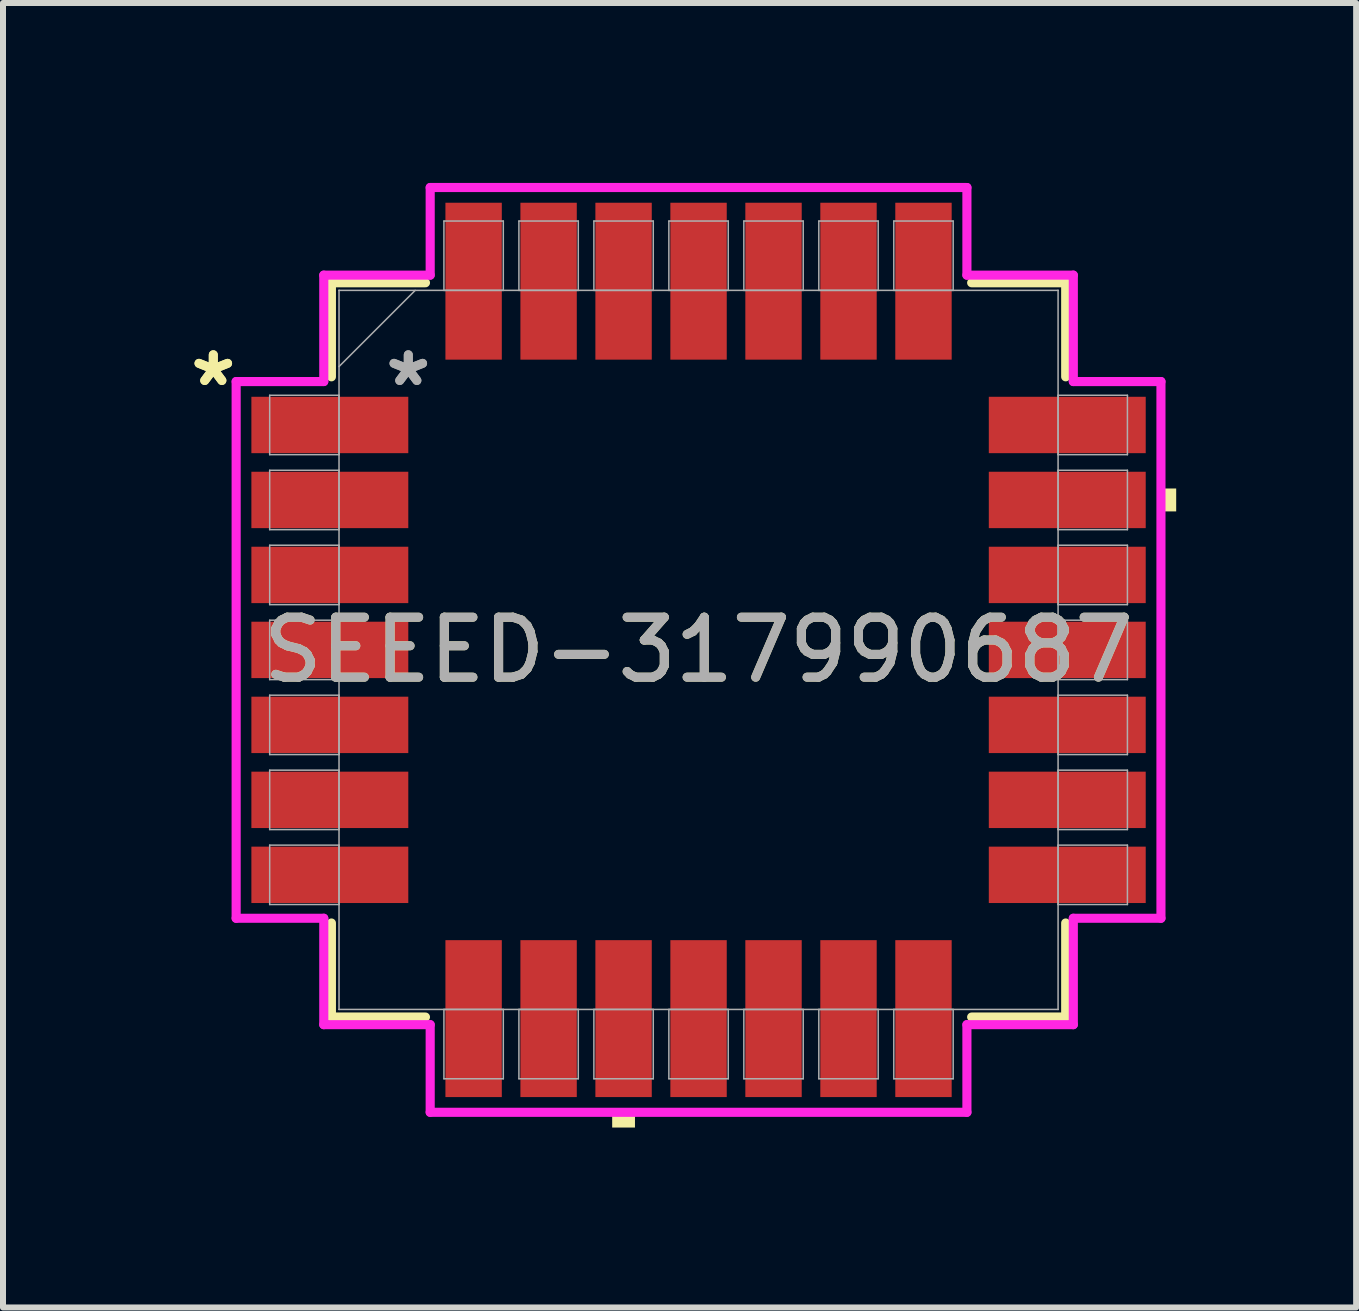
<source format=kicad_pcb>
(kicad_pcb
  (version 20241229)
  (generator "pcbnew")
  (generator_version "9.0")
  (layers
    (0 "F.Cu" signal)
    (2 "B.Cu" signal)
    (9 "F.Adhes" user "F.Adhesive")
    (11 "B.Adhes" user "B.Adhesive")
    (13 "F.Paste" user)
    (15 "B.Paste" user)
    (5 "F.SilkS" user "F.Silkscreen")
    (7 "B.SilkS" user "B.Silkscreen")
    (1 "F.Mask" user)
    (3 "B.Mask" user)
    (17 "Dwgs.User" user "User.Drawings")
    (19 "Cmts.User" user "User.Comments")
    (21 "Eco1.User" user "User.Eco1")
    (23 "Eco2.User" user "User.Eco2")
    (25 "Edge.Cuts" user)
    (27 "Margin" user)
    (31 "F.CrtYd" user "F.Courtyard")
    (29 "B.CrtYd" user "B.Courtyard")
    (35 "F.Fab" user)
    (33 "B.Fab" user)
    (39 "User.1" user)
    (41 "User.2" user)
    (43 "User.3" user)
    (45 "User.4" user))
  (footprint "SEEED-317990687"
    (layer "F.Cu")
    (at 8.596 7.785)
    (property "Reference" "SEEED-317990687" (at 0 0 0) (unlocked yes) (layer "F.SilkS") (effects (font (size 1 1) (thickness 0.15))))
    (attr smd)
    (fp_line (start -6.121 -6.121) (end -6.121 -4.553) (stroke (width 0.152) (type solid)) (layer "F.SilkS"))
    (fp_line (start -6.121 4.553) (end -6.121 6.121) (stroke (width 0.152) (type solid)) (layer "F.SilkS"))
    (fp_line (start -6.121 6.121) (end -4.553 6.121) (stroke (width 0.152) (type solid)) (layer "F.SilkS"))
    (fp_line (start -4.553 -6.121) (end -6.121 -6.121) (stroke (width 0.152) (type solid)) (layer "F.SilkS"))
    (fp_line (start 4.553 6.121) (end 6.121 6.121) (stroke (width 0.152) (type solid)) (layer "F.SilkS"))
    (fp_line (start 6.121 -6.121) (end 4.553 -6.121) (stroke (width 0.152) (type solid)) (layer "F.SilkS"))
    (fp_line (start 6.121 -4.553) (end 6.121 -6.121) (stroke (width 0.152) (type solid)) (layer "F.SilkS"))
    (fp_line (start 6.121 6.121) (end 6.121 4.553) (stroke (width 0.152) (type solid)) (layer "F.SilkS"))
    (fp_poly (pts (xy -1.44 7.709) (xy -1.44 7.963) (xy -1.06 7.963) (xy -1.06 7.709)) (stroke (width 0) (type solid)) (fill yes) (layer "F.SilkS"))
    (fp_poly (pts (xy 7.963 -2.691) (xy 7.963 -2.309) (xy 7.709 -2.309) (xy 7.709 -2.691)) (stroke (width 0) (type solid)) (fill yes) (layer "F.SilkS"))
    (fp_line (start -7.709 -4.474) (end -6.248 -4.474) (stroke (width 0.152) (type solid)) (layer "F.CrtYd"))
    (fp_line (start -7.709 4.474) (end -7.709 -4.474) (stroke (width 0.152) (type solid)) (layer "F.CrtYd"))
    (fp_line (start -6.248 -6.248) (end -4.474 -6.248) (stroke (width 0.152) (type solid)) (layer "F.CrtYd"))
    (fp_line (start -6.248 -4.474) (end -6.248 -6.248) (stroke (width 0.152) (type solid)) (layer "F.CrtYd"))
    (fp_line (start -6.248 4.474) (end -7.709 4.474) (stroke (width 0.152) (type solid)) (layer "F.CrtYd"))
    (fp_line (start -6.248 6.248) (end -6.248 4.474) (stroke (width 0.152) (type solid)) (layer "F.CrtYd"))
    (fp_line (start -4.474 -7.709) (end 4.474 -7.709) (stroke (width 0.152) (type solid)) (layer "F.CrtYd"))
    (fp_line (start -4.474 -6.248) (end -4.474 -7.709) (stroke (width 0.152) (type solid)) (layer "F.CrtYd"))
    (fp_line (start -4.474 6.248) (end -6.248 6.248) (stroke (width 0.152) (type solid)) (layer "F.CrtYd"))
    (fp_line (start -4.474 7.709) (end -4.474 6.248) (stroke (width 0.152) (type solid)) (layer "F.CrtYd"))
    (fp_line (start 4.474 -7.709) (end 4.474 -6.248) (stroke (width 0.152) (type solid)) (layer "F.CrtYd"))
    (fp_line (start 4.474 -6.248) (end 6.248 -6.248) (stroke (width 0.152) (type solid)) (layer "F.CrtYd"))
    (fp_line (start 4.474 6.248) (end 4.474 7.709) (stroke (width 0.152) (type solid)) (layer "F.CrtYd"))
    (fp_line (start 4.474 7.709) (end -4.474 7.709) (stroke (width 0.152) (type solid)) (layer "F.CrtYd"))
    (fp_line (start 6.248 -6.248) (end 6.248 -4.474) (stroke (width 0.152) (type solid)) (layer "F.CrtYd"))
    (fp_line (start 6.248 -4.474) (end 7.709 -4.474) (stroke (width 0.152) (type solid)) (layer "F.CrtYd"))
    (fp_line (start 6.248 4.474) (end 6.248 6.248) (stroke (width 0.152) (type solid)) (layer "F.CrtYd"))
    (fp_line (start 6.248 6.248) (end 4.474 6.248) (stroke (width 0.152) (type solid)) (layer "F.CrtYd"))
    (fp_line (start 7.709 -4.474) (end 7.709 4.474) (stroke (width 0.152) (type solid)) (layer "F.CrtYd"))
    (fp_line (start 7.709 4.474) (end 6.248 4.474) (stroke (width 0.152) (type solid)) (layer "F.CrtYd"))
    (fp_line (start -7.15 -4.245) (end -7.15 -3.255) (stroke (width 0.025) (type solid)) (layer "F.Fab"))
    (fp_line (start -7.15 -3.255) (end -5.994 -3.255) (stroke (width 0.025) (type solid)) (layer "F.Fab"))
    (fp_line (start -7.15 -2.995) (end -7.15 -2.005) (stroke (width 0.025) (type solid)) (layer "F.Fab"))
    (fp_line (start -7.15 -2.005) (end -5.994 -2.005) (stroke (width 0.025) (type solid)) (layer "F.Fab"))
    (fp_line (start -7.15 -1.745) (end -7.15 -0.755) (stroke (width 0.025) (type solid)) (layer "F.Fab"))
    (fp_line (start -7.15 -0.755) (end -5.994 -0.755) (stroke (width 0.025) (type solid)) (layer "F.Fab"))
    (fp_line (start -7.15 -0.495) (end -7.15 0.495) (stroke (width 0.025) (type solid)) (layer "F.Fab"))
    (fp_line (start -7.15 0.495) (end -5.994 0.495) (stroke (width 0.025) (type solid)) (layer "F.Fab"))
    (fp_line (start -7.15 0.755) (end -7.15 1.745) (stroke (width 0.025) (type solid)) (layer "F.Fab"))
    (fp_line (start -7.15 1.745) (end -5.994 1.745) (stroke (width 0.025) (type solid)) (layer "F.Fab"))
    (fp_line (start -7.15 2.005) (end -7.15 2.995) (stroke (width 0.025) (type solid)) (layer "F.Fab"))
    (fp_line (start -7.15 2.995) (end -5.994 2.995) (stroke (width 0.025) (type solid)) (layer "F.Fab"))
    (fp_line (start -7.15 3.255) (end -7.15 4.245) (stroke (width 0.025) (type solid)) (layer "F.Fab"))
    (fp_line (start -7.15 4.245) (end -5.994 4.245) (stroke (width 0.025) (type solid)) (layer "F.Fab"))
    (fp_line (start -5.994 -5.994) (end -5.994 -5.994) (stroke (width 0.025) (type solid)) (layer "F.Fab"))
    (fp_line (start -5.994 -5.994) (end -5.994 5.994) (stroke (width 0.025) (type solid)) (layer "F.Fab"))
    (fp_line (start -5.994 -4.724) (end -4.724 -5.994) (stroke (width 0.025) (type solid)) (layer "F.Fab"))
    (fp_line (start -5.994 -4.245) (end -7.15 -4.245) (stroke (width 0.025) (type solid)) (layer "F.Fab"))
    (fp_line (start -5.994 -3.255) (end -5.994 -4.245) (stroke (width 0.025) (type solid)) (layer "F.Fab"))
    (fp_line (start -5.994 -2.995) (end -7.15 -2.995) (stroke (width 0.025) (type solid)) (layer "F.Fab"))
    (fp_line (start -5.994 -2.005) (end -5.994 -2.995) (stroke (width 0.025) (type solid)) (layer "F.Fab"))
    (fp_line (start -5.994 -1.745) (end -7.15 -1.745) (stroke (width 0.025) (type solid)) (layer "F.Fab"))
    (fp_line (start -5.994 -0.755) (end -5.994 -1.745) (stroke (width 0.025) (type solid)) (layer "F.Fab"))
    (fp_line (start -5.994 -0.495) (end -7.15 -0.495) (stroke (width 0.025) (type solid)) (layer "F.Fab"))
    (fp_line (start -5.994 0.495) (end -5.994 -0.495) (stroke (width 0.025) (type solid)) (layer "F.Fab"))
    (fp_line (start -5.994 0.755) (end -7.15 0.755) (stroke (width 0.025) (type solid)) (layer "F.Fab"))
    (fp_line (start -5.994 1.745) (end -5.994 0.755) (stroke (width 0.025) (type solid)) (layer "F.Fab"))
    (fp_line (start -5.994 2.005) (end -7.15 2.005) (stroke (width 0.025) (type solid)) (layer "F.Fab"))
    (fp_line (start -5.994 2.995) (end -5.994 2.005) (stroke (width 0.025) (type solid)) (layer "F.Fab"))
    (fp_line (start -5.994 3.255) (end -7.15 3.255) (stroke (width 0.025) (type solid)) (layer "F.Fab"))
    (fp_line (start -5.994 4.245) (end -5.994 3.255) (stroke (width 0.025) (type solid)) (layer "F.Fab"))
    (fp_line (start -5.994 5.994) (end -5.994 5.994) (stroke (width 0.025) (type solid)) (layer "F.Fab"))
    (fp_line (start -5.994 5.994) (end 5.994 5.994) (stroke (width 0.025) (type solid)) (layer "F.Fab"))
    (fp_line (start -4.245 -7.15) (end -4.245 -5.994) (stroke (width 0.025) (type solid)) (layer "F.Fab"))
    (fp_line (start -4.245 -5.994) (end -3.255 -5.994) (stroke (width 0.025) (type solid)) (layer "F.Fab"))
    (fp_line (start -4.245 5.994) (end -4.245 7.15) (stroke (width 0.025) (type solid)) (layer "F.Fab"))
    (fp_line (start -4.245 7.15) (end -3.255 7.15) (stroke (width 0.025) (type solid)) (layer "F.Fab"))
    (fp_line (start -3.255 -7.15) (end -4.245 -7.15) (stroke (width 0.025) (type solid)) (layer "F.Fab"))
    (fp_line (start -3.255 -5.994) (end -3.255 -7.15) (stroke (width 0.025) (type solid)) (layer "F.Fab"))
    (fp_line (start -3.255 5.994) (end -4.245 5.994) (stroke (width 0.025) (type solid)) (layer "F.Fab"))
    (fp_line (start -3.255 7.15) (end -3.255 5.994) (stroke (width 0.025) (type solid)) (layer "F.Fab"))
    (fp_line (start -2.995 -7.15) (end -2.995 -5.994) (stroke (width 0.025) (type solid)) (layer "F.Fab"))
    (fp_line (start -2.995 -5.994) (end -2.005 -5.994) (stroke (width 0.025) (type solid)) (layer "F.Fab"))
    (fp_line (start -2.995 5.994) (end -2.995 7.15) (stroke (width 0.025) (type solid)) (layer "F.Fab"))
    (fp_line (start -2.995 7.15) (end -2.005 7.15) (stroke (width 0.025) (type solid)) (layer "F.Fab"))
    (fp_line (start -2.005 -7.15) (end -2.995 -7.15) (stroke (width 0.025) (type solid)) (layer "F.Fab"))
    (fp_line (start -2.005 -5.994) (end -2.005 -7.15) (stroke (width 0.025) (type solid)) (layer "F.Fab"))
    (fp_line (start -2.005 5.994) (end -2.995 5.994) (stroke (width 0.025) (type solid)) (layer "F.Fab"))
    (fp_line (start -2.005 7.15) (end -2.005 5.994) (stroke (width 0.025) (type solid)) (layer "F.Fab"))
    (fp_line (start -1.745 -7.15) (end -1.745 -5.994) (stroke (width 0.025) (type solid)) (layer "F.Fab"))
    (fp_line (start -1.745 -5.994) (end -0.755 -5.994) (stroke (width 0.025) (type solid)) (layer "F.Fab"))
    (fp_line (start -1.745 5.994) (end -1.745 7.15) (stroke (width 0.025) (type solid)) (layer "F.Fab"))
    (fp_line (start -1.745 7.15) (end -0.755 7.15) (stroke (width 0.025) (type solid)) (layer "F.Fab"))
    (fp_line (start -0.755 -7.15) (end -1.745 -7.15) (stroke (width 0.025) (type solid)) (layer "F.Fab"))
    (fp_line (start -0.755 -5.994) (end -0.755 -7.15) (stroke (width 0.025) (type solid)) (layer "F.Fab"))
    (fp_line (start -0.755 5.994) (end -1.745 5.994) (stroke (width 0.025) (type solid)) (layer "F.Fab"))
    (fp_line (start -0.755 7.15) (end -0.755 5.994) (stroke (width 0.025) (type solid)) (layer "F.Fab"))
    (fp_line (start -0.495 -7.15) (end -0.495 -5.994) (stroke (width 0.025) (type solid)) (layer "F.Fab"))
    (fp_line (start -0.495 -5.994) (end 0.495 -5.994) (stroke (width 0.025) (type solid)) (layer "F.Fab"))
    (fp_line (start -0.495 5.994) (end -0.495 7.15) (stroke (width 0.025) (type solid)) (layer "F.Fab"))
    (fp_line (start -0.495 7.15) (end 0.495 7.15) (stroke (width 0.025) (type solid)) (layer "F.Fab"))
    (fp_line (start 0.495 -7.15) (end -0.495 -7.15) (stroke (width 0.025) (type solid)) (layer "F.Fab"))
    (fp_line (start 0.495 -5.994) (end 0.495 -7.15) (stroke (width 0.025) (type solid)) (layer "F.Fab"))
    (fp_line (start 0.495 5.994) (end -0.495 5.994) (stroke (width 0.025) (type solid)) (layer "F.Fab"))
    (fp_line (start 0.495 7.15) (end 0.495 5.994) (stroke (width 0.025) (type solid)) (layer "F.Fab"))
    (fp_line (start 0.755 -7.15) (end 0.755 -5.994) (stroke (width 0.025) (type solid)) (layer "F.Fab"))
    (fp_line (start 0.755 -5.994) (end 1.745 -5.994) (stroke (width 0.025) (type solid)) (layer "F.Fab"))
    (fp_line (start 0.755 5.994) (end 0.755 7.15) (stroke (width 0.025) (type solid)) (layer "F.Fab"))
    (fp_line (start 0.755 7.15) (end 1.745 7.15) (stroke (width 0.025) (type solid)) (layer "F.Fab"))
    (fp_line (start 1.745 -7.15) (end 0.755 -7.15) (stroke (width 0.025) (type solid)) (layer "F.Fab"))
    (fp_line (start 1.745 -5.994) (end 1.745 -7.15) (stroke (width 0.025) (type solid)) (layer "F.Fab"))
    (fp_line (start 1.745 5.994) (end 0.755 5.994) (stroke (width 0.025) (type solid)) (layer "F.Fab"))
    (fp_line (start 1.745 7.15) (end 1.745 5.994) (stroke (width 0.025) (type solid)) (layer "F.Fab"))
    (fp_line (start 2.005 -7.15) (end 2.005 -5.994) (stroke (width 0.025) (type solid)) (layer "F.Fab"))
    (fp_line (start 2.005 -5.994) (end 2.995 -5.994) (stroke (width 0.025) (type solid)) (layer "F.Fab"))
    (fp_line (start 2.005 5.994) (end 2.005 7.15) (stroke (width 0.025) (type solid)) (layer "F.Fab"))
    (fp_line (start 2.005 7.15) (end 2.995 7.15) (stroke (width 0.025) (type solid)) (layer "F.Fab"))
    (fp_line (start 2.995 -7.15) (end 2.005 -7.15) (stroke (width 0.025) (type solid)) (layer "F.Fab"))
    (fp_line (start 2.995 -5.994) (end 2.995 -7.15) (stroke (width 0.025) (type solid)) (layer "F.Fab"))
    (fp_line (start 2.995 5.994) (end 2.005 5.994) (stroke (width 0.025) (type solid)) (layer "F.Fab"))
    (fp_line (start 2.995 7.15) (end 2.995 5.994) (stroke (width 0.025) (type solid)) (layer "F.Fab"))
    (fp_line (start 3.255 -7.15) (end 3.255 -5.994) (stroke (width 0.025) (type solid)) (layer "F.Fab"))
    (fp_line (start 3.255 -5.994) (end 4.245 -5.994) (stroke (width 0.025) (type solid)) (layer "F.Fab"))
    (fp_line (start 3.255 5.994) (end 3.255 7.15) (stroke (width 0.025) (type solid)) (layer "F.Fab"))
    (fp_line (start 3.255 7.15) (end 4.245 7.15) (stroke (width 0.025) (type solid)) (layer "F.Fab"))
    (fp_line (start 4.245 -7.15) (end 3.255 -7.15) (stroke (width 0.025) (type solid)) (layer "F.Fab"))
    (fp_line (start 4.245 -5.994) (end 4.245 -7.15) (stroke (width 0.025) (type solid)) (layer "F.Fab"))
    (fp_line (start 4.245 5.994) (end 3.255 5.994) (stroke (width 0.025) (type solid)) (layer "F.Fab"))
    (fp_line (start 4.245 7.15) (end 4.245 5.994) (stroke (width 0.025) (type solid)) (layer "F.Fab"))
    (fp_line (start 5.994 -5.994) (end -5.994 -5.994) (stroke (width 0.025) (type solid)) (layer "F.Fab"))
    (fp_line (start 5.994 -5.994) (end 5.994 -5.994) (stroke (width 0.025) (type solid)) (layer "F.Fab"))
    (fp_line (start 5.994 -4.245) (end 5.994 -3.255) (stroke (width 0.025) (type solid)) (layer "F.Fab"))
    (fp_line (start 5.994 -3.255) (end 7.15 -3.255) (stroke (width 0.025) (type solid)) (layer "F.Fab"))
    (fp_line (start 5.994 -2.995) (end 5.994 -2.005) (stroke (width 0.025) (type solid)) (layer "F.Fab"))
    (fp_line (start 5.994 -2.005) (end 7.15 -2.005) (stroke (width 0.025) (type solid)) (layer "F.Fab"))
    (fp_line (start 5.994 -1.745) (end 5.994 -0.755) (stroke (width 0.025) (type solid)) (layer "F.Fab"))
    (fp_line (start 5.994 -0.755) (end 7.15 -0.755) (stroke (width 0.025) (type solid)) (layer "F.Fab"))
    (fp_line (start 5.994 -0.495) (end 5.994 0.495) (stroke (width 0.025) (type solid)) (layer "F.Fab"))
    (fp_line (start 5.994 0.495) (end 7.15 0.495) (stroke (width 0.025) (type solid)) (layer "F.Fab"))
    (fp_line (start 5.994 0.755) (end 5.994 1.745) (stroke (width 0.025) (type solid)) (layer "F.Fab"))
    (fp_line (start 5.994 1.745) (end 7.15 1.745) (stroke (width 0.025) (type solid)) (layer "F.Fab"))
    (fp_line (start 5.994 2.005) (end 5.994 2.995) (stroke (width 0.025) (type solid)) (layer "F.Fab"))
    (fp_line (start 5.994 2.995) (end 7.15 2.995) (stroke (width 0.025) (type solid)) (layer "F.Fab"))
    (fp_line (start 5.994 3.255) (end 5.994 4.245) (stroke (width 0.025) (type solid)) (layer "F.Fab"))
    (fp_line (start 5.994 4.245) (end 7.15 4.245) (stroke (width 0.025) (type solid)) (layer "F.Fab"))
    (fp_line (start 5.994 5.994) (end 5.994 -5.994) (stroke (width 0.025) (type solid)) (layer "F.Fab"))
    (fp_line (start 5.994 5.994) (end 5.994 5.994) (stroke (width 0.025) (type solid)) (layer "F.Fab"))
    (fp_line (start 7.15 -4.245) (end 5.994 -4.245) (stroke (width 0.025) (type solid)) (layer "F.Fab"))
    (fp_line (start 7.15 -3.255) (end 7.15 -4.245) (stroke (width 0.025) (type solid)) (layer "F.Fab"))
    (fp_line (start 7.15 -2.995) (end 5.994 -2.995) (stroke (width 0.025) (type solid)) (layer "F.Fab"))
    (fp_line (start 7.15 -2.005) (end 7.15 -2.995) (stroke (width 0.025) (type solid)) (layer "F.Fab"))
    (fp_line (start 7.15 -1.745) (end 5.994 -1.745) (stroke (width 0.025) (type solid)) (layer "F.Fab"))
    (fp_line (start 7.15 -0.755) (end 7.15 -1.745) (stroke (width 0.025) (type solid)) (layer "F.Fab"))
    (fp_line (start 7.15 -0.495) (end 5.994 -0.495) (stroke (width 0.025) (type solid)) (layer "F.Fab"))
    (fp_line (start 7.15 0.495) (end 7.15 -0.495) (stroke (width 0.025) (type solid)) (layer "F.Fab"))
    (fp_line (start 7.15 0.755) (end 5.994 0.755) (stroke (width 0.025) (type solid)) (layer "F.Fab"))
    (fp_line (start 7.15 1.745) (end 7.15 0.755) (stroke (width 0.025) (type solid)) (layer "F.Fab"))
    (fp_line (start 7.15 2.005) (end 5.994 2.005) (stroke (width 0.025) (type solid)) (layer "F.Fab"))
    (fp_line (start 7.15 2.995) (end 7.15 2.005) (stroke (width 0.025) (type solid)) (layer "F.Fab"))
    (fp_line (start 7.15 3.255) (end 5.994 3.255) (stroke (width 0.025) (type solid)) (layer "F.Fab"))
    (fp_line (start 7.15 4.245) (end 7.15 3.255) (stroke (width 0.025) (type solid)) (layer "F.Fab"))
    (fp_text user "*" (at -8.09 -4.375 0) (layer "F.SilkS") (effects (font (size 1 1) (thickness 0.15))))
    (fp_text user "*" (at -8.09 -4.375 0) (unlocked yes) (layer "F.SilkS") (effects (font (size 1 1) (thickness 0.15))))
    (fp_text user "${REFERENCE}" (at 0 0 0) (unlocked yes) (layer "F.Fab") (effects (font (size 1 1) (thickness 0.15))))
    (fp_text user "*" (at -4.839 -4.375 0) (unlocked yes) (layer "F.Fab") (effects (font (size 1 1) (thickness 0.15))))
    (fp_text user "*" (at -4.839 -4.375 0) (layer "F.Fab") (effects (font (size 1 1) (thickness 0.15))))
    (pad "1" smd rect (at -6.147 -3.75 90) (size 0.94 2.616) (layers "F.Cu" "F.Mask" "F.Paste"))
    (pad "2" smd rect (at -6.147 -2.5 90) (size 0.94 2.616) (layers "F.Cu" "F.Mask" "F.Paste"))
    (pad "3" smd rect (at -6.147 -1.25 90) (size 0.94 2.616) (layers "F.Cu" "F.Mask" "F.Paste"))
    (pad "4" smd rect (at -6.147 0 90) (size 0.94 2.616) (layers "F.Cu" "F.Mask" "F.Paste"))
    (pad "5" smd rect (at -6.147 1.25 90) (size 0.94 2.616) (layers "F.Cu" "F.Mask" "F.Paste"))
    (pad "6" smd rect (at -6.147 2.5 90) (size 0.94 2.616) (layers "F.Cu" "F.Mask" "F.Paste"))
    (pad "7" smd rect (at -6.147 3.75 90) (size 0.94 2.616) (layers "F.Cu" "F.Mask" "F.Paste"))
    (pad "8" smd rect (at -3.75 6.147) (size 0.94 2.616) (layers "F.Cu" "F.Mask" "F.Paste"))
    (pad "9" smd rect (at -2.5 6.147) (size 0.94 2.616) (layers "F.Cu" "F.Mask" "F.Paste"))
    (pad "10" smd rect (at -1.25 6.147) (size 0.94 2.616) (layers "F.Cu" "F.Mask" "F.Paste"))
    (pad "11" smd rect (at 0 6.147) (size 0.94 2.616) (layers "F.Cu" "F.Mask" "F.Paste"))
    (pad "12" smd rect (at 1.25 6.147) (size 0.94 2.616) (layers "F.Cu" "F.Mask" "F.Paste"))
    (pad "13" smd rect (at 2.5 6.147) (size 0.94 2.616) (layers "F.Cu" "F.Mask" "F.Paste"))
    (pad "14" smd rect (at 3.75 6.147) (size 0.94 2.616) (layers "F.Cu" "F.Mask" "F.Paste"))
    (pad "15" smd rect (at 6.147 3.75 90) (size 0.94 2.616) (layers "F.Cu" "F.Mask" "F.Paste"))
    (pad "16" smd rect (at 6.147 2.5 90) (size 0.94 2.616) (layers "F.Cu" "F.Mask" "F.Paste"))
    (pad "17" smd rect (at 6.147 1.25 90) (size 0.94 2.616) (layers "F.Cu" "F.Mask" "F.Paste"))
    (pad "18" smd rect (at 6.147 0 90) (size 0.94 2.616) (layers "F.Cu" "F.Mask" "F.Paste"))
    (pad "19" smd rect (at 6.147 -1.25 90) (size 0.94 2.616) (layers "F.Cu" "F.Mask" "F.Paste"))
    (pad "20" smd rect (at 6.147 -2.5 90) (size 0.94 2.616) (layers "F.Cu" "F.Mask" "F.Paste"))
    (pad "21" smd rect (at 6.147 -3.75 90) (size 0.94 2.616) (layers "F.Cu" "F.Mask" "F.Paste"))
    (pad "22" smd rect (at 3.75 -6.147) (size 0.94 2.616) (layers "F.Cu" "F.Mask" "F.Paste"))
    (pad "23" smd rect (at 2.5 -6.147) (size 0.94 2.616) (layers "F.Cu" "F.Mask" "F.Paste"))
    (pad "24" smd rect (at 1.25 -6.147) (size 0.94 2.616) (layers "F.Cu" "F.Mask" "F.Paste"))
    (pad "25" smd rect (at 0 -6.147) (size 0.94 2.616) (layers "F.Cu" "F.Mask" "F.Paste"))
    (pad "26" smd rect (at -1.25 -6.147) (size 0.94 2.616) (layers "F.Cu" "F.Mask" "F.Paste"))
    (pad "27" smd rect (at -2.5 -6.147) (size 0.94 2.616) (layers "F.Cu" "F.Mask" "F.Paste"))
    (pad "28" smd rect (at -3.75 -6.147) (size 0.94 2.616) (layers "F.Cu" "F.Mask" "F.Paste")))
  (gr_rect
    (start -3 -3)
    (end 19.559 18.748)
    (stroke (width 0.1) (type default))
    (fill no)
    (layer "Edge.Cuts")))
</source>
